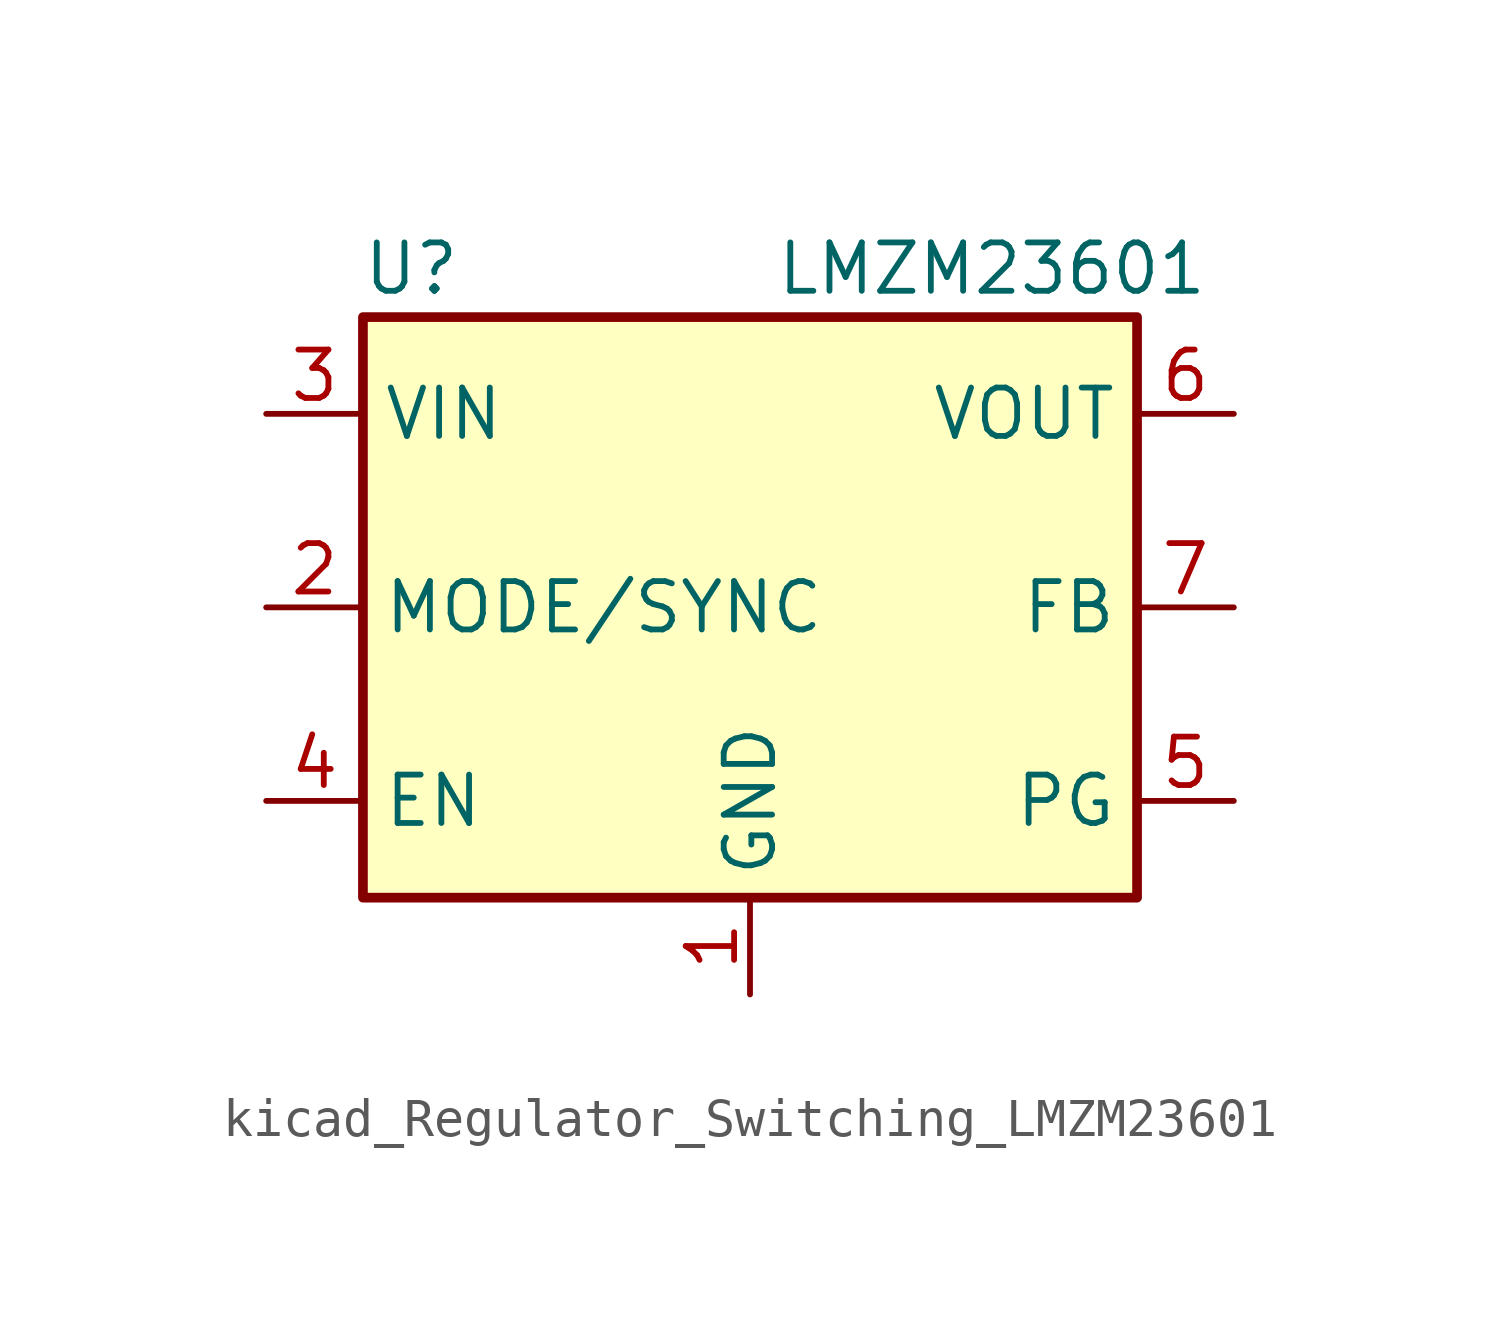
<source format=kicad_sym>
(kicad_symbol_lib
  (version 20220914)
  (generator kicad_symbol_editor)
  (symbol "kicad_Regulator_Switching_LMZM23601"
    (property "Reference" "U"
      (at -8.89 8.89 0)
      (effects (font (size 1.27 1.27))))
    (property "Value" "LMZM23601"
      (at 6.35 8.89 0)
      (effects (font (size 1.27 1.27))))
    (symbol "kicad_Regulator_Switching_LMZM23601_0_1"
      (rectangle (start -10.16 7.62) (end 10.16 -7.62) (stroke (width 0.254) (type default)) (fill (type background))))
    (symbol "kicad_Regulator_Switching_LMZM23601_1_1"
      (pin power_in line (at 0 -10.16 90) (length 2.54) (name "GND" (effects (font (size 1.27 1.27)))) (number "1" (effects (font (size 1.27 1.27)))))
      (pin no_connect line (at -2.54 -7.62 90) (length 2.54) hide (name "~" (effects (font (size 1.27 1.27)))) (number "10" (effects (font (size 1.27 1.27)))))
      (pin passive line (at 0 -10.16 90) (length 2.54) hide (name "GND" (effects (font (size 1.27 1.27)))) (number "11" (effects (font (size 1.27 1.27)))))
      (pin input line (at -12.7 0 0) (length 2.54) (name "MODE/SYNC" (effects (font (size 1.27 1.27)))) (number "2" (effects (font (size 1.27 1.27)))))
      (pin power_in line (at -12.7 5.08 0) (length 2.54) (name "VIN" (effects (font (size 1.27 1.27)))) (number "3" (effects (font (size 1.27 1.27)))))
      (pin input line (at -12.7 -5.08 0) (length 2.54) (name "EN" (effects (font (size 1.27 1.27)))) (number "4" (effects (font (size 1.27 1.27)))))
      (pin open_collector line (at 12.7 -5.08 180) (length 2.54) (name "PG" (effects (font (size 1.27 1.27)))) (number "5" (effects (font (size 1.27 1.27)))))
      (pin power_out line (at 12.7 5.08 180) (length 2.54) (name "VOUT" (effects (font (size 1.27 1.27)))) (number "6" (effects (font (size 1.27 1.27)))))
      (pin input line (at 12.7 0 180) (length 2.54) (name "FB" (effects (font (size 1.27 1.27)))) (number "7" (effects (font (size 1.27 1.27)))))
      (pin no_connect line (at 5.08 -7.62 90) (length 2.54) hide (name "~" (effects (font (size 1.27 1.27)))) (number "8" (effects (font (size 1.27 1.27)))))
      (pin no_connect line (at 2.54 -7.62 90) (length 2.54) hide (name "~" (effects (font (size 1.27 1.27)))) (number "9" (effects (font (size 1.27 1.27))))))))
</source>
